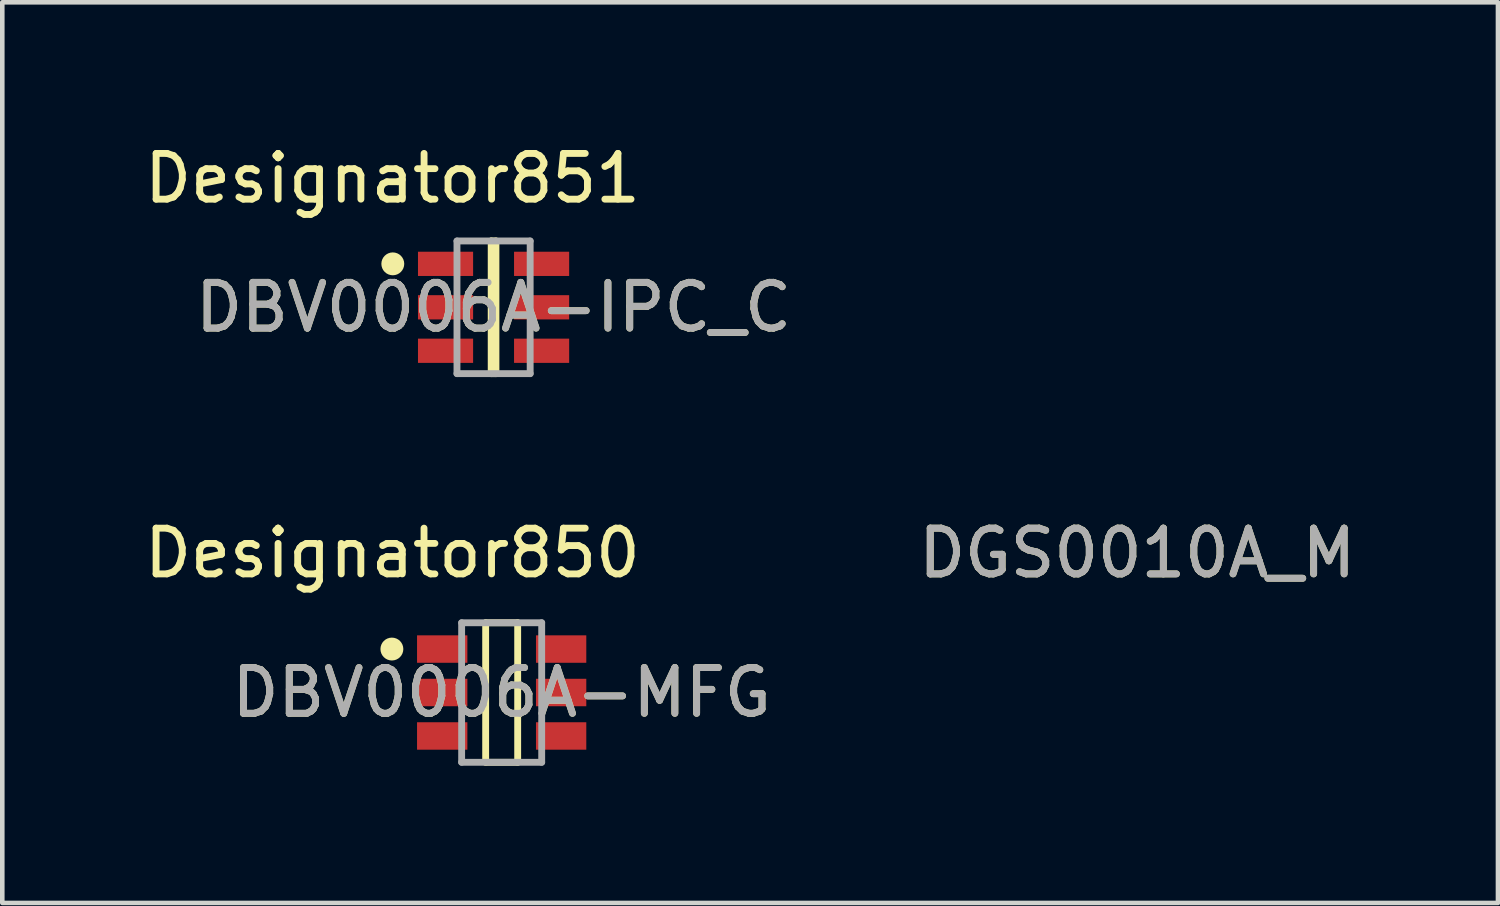
<source format=kicad_pcb>
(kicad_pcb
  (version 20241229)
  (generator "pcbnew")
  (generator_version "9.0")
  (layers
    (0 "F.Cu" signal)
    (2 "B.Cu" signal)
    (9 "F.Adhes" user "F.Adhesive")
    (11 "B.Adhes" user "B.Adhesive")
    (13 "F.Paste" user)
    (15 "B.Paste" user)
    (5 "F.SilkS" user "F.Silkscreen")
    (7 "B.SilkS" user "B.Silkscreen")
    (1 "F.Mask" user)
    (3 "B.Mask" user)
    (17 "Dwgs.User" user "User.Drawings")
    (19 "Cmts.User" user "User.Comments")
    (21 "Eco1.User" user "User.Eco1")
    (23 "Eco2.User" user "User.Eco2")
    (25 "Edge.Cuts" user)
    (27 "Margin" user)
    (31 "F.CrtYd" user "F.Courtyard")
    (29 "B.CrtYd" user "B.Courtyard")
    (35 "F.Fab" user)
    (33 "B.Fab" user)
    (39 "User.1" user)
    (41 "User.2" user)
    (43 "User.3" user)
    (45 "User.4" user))
  (footprint "DGS0010A_M"
    (layer "F.Cu")
    (at 21.81 9.041)
    (property "Reference" "DGS0010A_M" (at 0 0 0) (unlocked yes) (layer "F.SilkS") (effects (font (size 1 1) (thickness 0.15))))
    (fp_text user "${REFERENCE}" (at 0 0 0) (unlocked yes) (layer "F.Fab") (effects (font (size 1 1) (thickness 0.15)))))
  (footprint "DBV0006A-MFG"
    (layer "F.Cu")
    (at 7.917 12.089)
    (property "Reference" "DBV0006A-MFG" (at 0 0 0) (unlocked yes) (layer "F.SilkS") (effects (font (size 1 1) (thickness 0.15))))
    (attr smd)
    (fp_line (start -0.35 -1.525) (end 0.35 -1.525) (stroke (width 0.15) (type solid)) (layer "F.SilkS"))
    (fp_line (start -0.35 1.525) (end -0.35 -1.525) (stroke (width 0.15) (type solid)) (layer "F.SilkS"))
    (fp_line (start -0.35 1.525) (end 0.35 1.525) (stroke (width 0.15) (type solid)) (layer "F.SilkS"))
    (fp_line (start 0.35 1.525) (end 0.35 -1.525) (stroke (width 0.15) (type solid)) (layer "F.SilkS"))
    (fp_circle (center -2.4 -0.95) (end -2.275 -0.95) (stroke (width 0.25) (type solid)) (fill no) (layer "F.SilkS"))
    (fp_line (start -0.875 -1.525) (end 0.875 -1.525) (stroke (width 0.15) (type solid)) (layer "F.Fab"))
    (fp_line (start -0.875 1.525) (end -0.875 -1.525) (stroke (width 0.15) (type solid)) (layer "F.Fab"))
    (fp_line (start -0.875 1.525) (end 0.875 1.525) (stroke (width 0.15) (type solid)) (layer "F.Fab"))
    (fp_line (start 0.875 1.525) (end 0.875 -1.525) (stroke (width 0.15) (type solid)) (layer "F.Fab"))
    (fp_text user "Designator850" (at -2.388 -3.048 0) (unlocked yes) (layer "F.SilkS") (effects (font (size 1 1) (thickness 0.15))))
    (fp_text user "${REFERENCE}" (at 0 0 0) (unlocked yes) (layer "F.Fab") (effects (font (size 1 1) (thickness 0.15))))
    (pad "1" smd rect (at -1.3 -0.95) (size 1.1 0.6) (layers "F.Cu" "F.Mask" "F.Paste"))
    (pad "2" smd rect (at -1.3 0) (size 1.1 0.6) (layers "F.Cu" "F.Mask" "F.Paste"))
    (pad "3" smd rect (at -1.3 0.95) (size 1.1 0.6) (layers "F.Cu" "F.Mask" "F.Paste"))
    (pad "4" smd rect (at 1.3 0.95) (size 1.1 0.6) (layers "F.Cu" "F.Mask" "F.Paste"))
    (pad "5" smd rect (at 1.3 0) (size 1.1 0.6) (layers "F.Cu" "F.Mask" "F.Paste"))
    (pad "6" smd rect (at 1.3 -0.95) (size 1.1 0.6) (layers "F.Cu" "F.Mask" "F.Paste")))
  (footprint "DBV0006A-IPC_C"
    (layer "F.Cu")
    (at 7.74 3.668)
    (property "Reference" "DBV0006A-IPC_C" (at 0 0 0) (unlocked yes) (layer "F.SilkS") (effects (font (size 1 1) (thickness 0.15))))
    (attr smd)
    (fp_line (start -0.052 -1.45) (end 0.052 -1.45) (stroke (width 0.15) (type solid)) (layer "F.SilkS"))
    (fp_line (start -0.052 1.45) (end -0.052 -1.45) (stroke (width 0.15) (type solid)) (layer "F.SilkS"))
    (fp_line (start -0.052 1.45) (end 0.052 1.45) (stroke (width 0.15) (type solid)) (layer "F.SilkS"))
    (fp_line (start 0.052 1.45) (end 0.052 -1.45) (stroke (width 0.15) (type solid)) (layer "F.SilkS"))
    (fp_circle (center -2.203 -0.95) (end -2.078 -0.95) (stroke (width 0.25) (type solid)) (fill no) (layer "F.SilkS"))
    (fp_line (start -0.8 -1.45) (end 0.8 -1.45) (stroke (width 0.15) (type solid)) (layer "F.Fab"))
    (fp_line (start -0.8 1.45) (end -0.8 -1.45) (stroke (width 0.15) (type solid)) (layer "F.Fab"))
    (fp_line (start -0.8 1.45) (end 0.8 1.45) (stroke (width 0.15) (type solid)) (layer "F.Fab"))
    (fp_line (start 0.8 1.45) (end 0.8 -1.45) (stroke (width 0.15) (type solid)) (layer "F.Fab"))
    (fp_text user "Designator851" (at -2.21 -2.819 0) (unlocked yes) (layer "F.SilkS") (effects (font (size 1 1) (thickness 0.15))))
    (fp_text user "${REFERENCE}" (at 0 0 0) (unlocked yes) (layer "F.Fab") (effects (font (size 1 1) (thickness 0.15))))
    (pad "1" smd rect (at -1.05 -0.95) (size 1.205 0.53) (layers "F.Cu" "F.Mask" "F.Paste"))
    (pad "2" smd rect (at -1.05 0) (size 1.205 0.53) (layers "F.Cu" "F.Mask" "F.Paste"))
    (pad "3" smd rect (at -1.05 0.95) (size 1.205 0.53) (layers "F.Cu" "F.Mask" "F.Paste"))
    (pad "4" smd rect (at 1.05 0.95) (size 1.205 0.53) (layers "F.Cu" "F.Mask" "F.Paste"))
    (pad "5" smd rect (at 1.05 0) (size 1.205 0.53) (layers "F.Cu" "F.Mask" "F.Paste"))
    (pad "6" smd rect (at 1.05 -0.95) (size 1.205 0.53) (layers "F.Cu" "F.Mask" "F.Paste")))
  (gr_rect
    (start -3 -3)
    (end 29.697 16.689)
    (stroke (width 0.1) (type default))
    (fill no)
    (layer "Edge.Cuts")))
</source>
